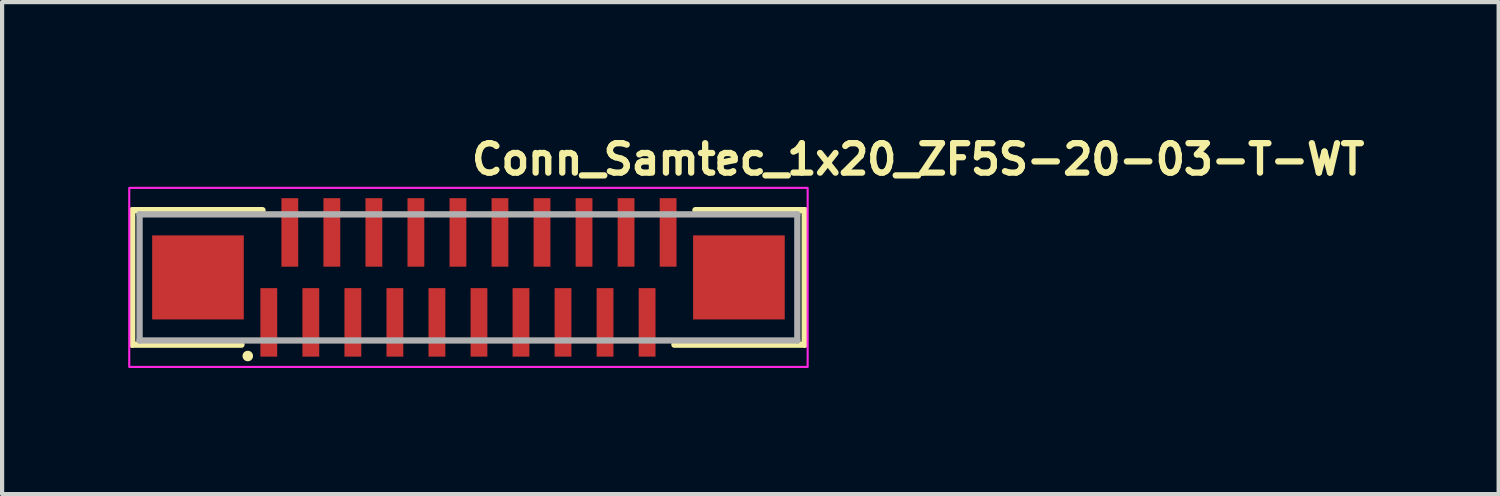
<source format=kicad_pcb>
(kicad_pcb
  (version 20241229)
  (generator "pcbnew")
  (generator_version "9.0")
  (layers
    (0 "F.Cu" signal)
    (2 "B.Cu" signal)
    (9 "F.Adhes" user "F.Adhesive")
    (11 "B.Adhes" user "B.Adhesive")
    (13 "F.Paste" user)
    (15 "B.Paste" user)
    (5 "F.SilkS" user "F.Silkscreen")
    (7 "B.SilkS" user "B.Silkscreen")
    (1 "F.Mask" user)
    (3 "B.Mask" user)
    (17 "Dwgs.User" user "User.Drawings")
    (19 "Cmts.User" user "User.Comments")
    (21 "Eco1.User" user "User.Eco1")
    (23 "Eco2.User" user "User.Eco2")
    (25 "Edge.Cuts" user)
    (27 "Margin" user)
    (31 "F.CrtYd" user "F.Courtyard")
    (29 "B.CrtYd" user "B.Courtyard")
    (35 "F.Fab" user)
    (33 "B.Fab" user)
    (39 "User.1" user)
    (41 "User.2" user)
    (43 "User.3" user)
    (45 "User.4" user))
  (footprint "Conn_Samtec_1x20_ZF5S-20-03-T-WT"
    (layer "F.Cu")
    (at 8.095 3.55)
    (property "Reference" "Conn_Samtec_1x20_ZF5S-20-03-T-WT" (at 0 -2.4 0) (layer "F.SilkS") (effects (font (size 0.7 0.7) (thickness 0.15)) (justify left bottom)))
    (attr smd)
    (fp_line (start -8 -1.6) (end -8 1.6) (stroke (width 0.15) (type solid)) (layer "F.SilkS"))
    (fp_line (start -8 1.6) (end -5.4 1.6) (stroke (width 0.15) (type solid)) (layer "F.SilkS"))
    (fp_line (start -7.975 -1.6) (end -4.9 -1.6) (stroke (width 0.15) (type solid)) (layer "F.SilkS"))
    (fp_line (start 8 -1.6) (end 5.4 -1.6) (stroke (width 0.15) (type solid)) (layer "F.SilkS"))
    (fp_line (start 8 -1.6) (end 8 1.6) (stroke (width 0.15) (type solid)) (layer "F.SilkS"))
    (fp_line (start 8 1.6) (end 4.9 1.6) (stroke (width 0.15) (type solid)) (layer "F.SilkS"))
    (fp_circle (center -5.25 1.87) (end -5.2 1.87) (stroke (width 0.15) (type solid)) (fill yes) (layer "F.SilkS"))
    (fp_rect (start -8.07 -2.13) (end 8.07 2.13) (stroke (width 0.05) (type solid)) (fill no) (layer "F.CrtYd"))
    (fp_line (start -7.825 -1.5) (end 7.825 -1.5) (stroke (width 0.15) (type solid)) (layer "F.Fab"))
    (fp_line (start -7.825 1.5) (end -7.825 -1.5) (stroke (width 0.15) (type solid)) (layer "F.Fab"))
    (fp_line (start 7.825 -1.5) (end 7.825 1.5) (stroke (width 0.15) (type solid)) (layer "F.Fab"))
    (fp_line (start 7.825 1.5) (end -7.825 1.5) (stroke (width 0.15) (type solid)) (layer "F.Fab"))
    (fp_rect (start -7.825 -1.51) (end 7.825 1.51) (stroke (width 0.1) (type solid)) (fill no) (layer "User.5"))
    (fp_line (start -7.825 -1) (end -7.825 1) (stroke (width 0.02) (type solid)) (layer "User.9"))
    (fp_line (start -7.825 -1) (end -7.679 -1) (stroke (width 0.02) (type solid)) (layer "User.9"))
    (fp_line (start -7.825 1) (end -7.679 1) (stroke (width 0.02) (type solid)) (layer "User.9"))
    (fp_line (start -7.679 -1) (end -7.679 -1) (stroke (width 0.02) (type solid)) (layer "User.9"))
    (fp_line (start -7.679 -1) (end -7.325 -1) (stroke (width 0.02) (type solid)) (layer "User.9"))
    (fp_line (start -7.679 1) (end -7.679 1) (stroke (width 0.02) (type solid)) (layer "User.9"))
    (fp_line (start -7.679 1) (end -7.325 1) (stroke (width 0.02) (type solid)) (layer "User.9"))
    (fp_line (start -7.325 -1) (end 7.325 -1) (stroke (width 0.02) (type solid)) (layer "User.9"))
    (fp_line (start -7.325 1) (end -5.6 1) (stroke (width 0.02) (type solid)) (layer "User.9"))
    (fp_line (start -7.075 -1.05) (end -7.075 -1) (stroke (width 0.02) (type solid)) (layer "User.9"))
    (fp_line (start -7.075 -1.05) (end -5.575 -1.05) (stroke (width 0.02) (type solid)) (layer "User.9"))
    (fp_line (start -7.075 1) (end -7.075 1.05) (stroke (width 0.02) (type solid)) (layer "User.9"))
    (fp_line (start -7.075 1.05) (end -5.575 1.05) (stroke (width 0.02) (type solid)) (layer "User.9"))
    (fp_line (start -5.6 -0.1) (end -5.6 1) (stroke (width 0.02) (type solid)) (layer "User.9"))
    (fp_line (start -5.6 -0.1) (end 5.6 -0.1) (stroke (width 0.02) (type solid)) (layer "User.9"))
    (fp_line (start -5.575 -1.05) (end -5.575 -1) (stroke (width 0.02) (type solid)) (layer "User.9"))
    (fp_line (start -5.575 1) (end -5.575 1.05) (stroke (width 0.02) (type solid)) (layer "User.9"))
    (fp_line (start -5.3 -0.1) (end -5.3 1) (stroke (width 0.02) (type solid)) (layer "User.9"))
    (fp_line (start -5.3 0.99) (end -5.25 0.99) (stroke (width 0.02) (type solid)) (layer "User.9"))
    (fp_line (start -5.3 1) (end -5.6 1) (stroke (width 0.02) (type solid)) (layer "User.9"))
    (fp_line (start -5.25 0.1) (end -5.25 0.6) (stroke (width 0.02) (type solid)) (layer "User.9"))
    (fp_line (start -5.25 0.6) (end -5.25 1) (stroke (width 0.02) (type solid)) (layer "User.9"))
    (fp_line (start -4.85 0.1) (end -5.25 0.1) (stroke (width 0.02) (type solid)) (layer "User.9"))
    (fp_line (start -4.85 0.1) (end -4.85 0.045) (stroke (width 0.02) (type solid)) (layer "User.9"))
    (fp_line (start -4.85 0.6) (end -5.25 0.6) (stroke (width 0.02) (type solid)) (layer "User.9"))
    (fp_line (start -4.85 0.6) (end -4.85 0.1) (stroke (width 0.02) (type solid)) (layer "User.9"))
    (fp_line (start -4.85 0.75) (end -4.85 0.6) (stroke (width 0.02) (type solid)) (layer "User.9"))
    (fp_line (start -4.85 0.75) (end -4.65 0.75) (stroke (width 0.02) (type solid)) (layer "User.9"))
    (fp_line (start -4.85 1.46) (end -4.85 1) (stroke (width 0.02) (type solid)) (layer "User.9"))
    (fp_line (start -4.85 1.51) (end -4.85 1.46) (stroke (width 0.02) (type solid)) (layer "User.9"))
    (fp_line (start -4.65 0.045) (end -4.85 0.045) (stroke (width 0.02) (type solid)) (layer "User.9"))
    (fp_line (start -4.65 0.045) (end -4.65 0.1) (stroke (width 0.02) (type solid)) (layer "User.9"))
    (fp_line (start -4.65 0.1) (end -4.65 0.6) (stroke (width 0.02) (type solid)) (layer "User.9"))
    (fp_line (start -4.65 0.345) (end -4.85 0.345) (stroke (width 0.02) (type solid)) (layer "User.9"))
    (fp_line (start -4.65 0.513) (end -4.85 0.513) (stroke (width 0.02) (type solid)) (layer "User.9"))
    (fp_line (start -4.65 0.6) (end -4.65 0.75) (stroke (width 0.02) (type solid)) (layer "User.9"))
    (fp_line (start -4.65 1) (end -4.65 1.46) (stroke (width 0.02) (type solid)) (layer "User.9"))
    (fp_line (start -4.65 1.46) (end -4.65 1.51) (stroke (width 0.02) (type solid)) (layer "User.9"))
    (fp_line (start -4.65 1.51) (end -4.85 1.51) (stroke (width 0.02) (type solid)) (layer "User.9"))
    (fp_line (start -4.35 -1.46) (end -4.35 -1.51) (stroke (width 0.02) (type solid)) (layer "User.9"))
    (fp_line (start -4.35 -1) (end -4.35 -1.46) (stroke (width 0.02) (type solid)) (layer "User.9"))
    (fp_line (start -4.35 0.1) (end -4.65 0.1) (stroke (width 0.02) (type solid)) (layer "User.9"))
    (fp_line (start -4.35 0.1) (end -4.35 0.045) (stroke (width 0.02) (type solid)) (layer "User.9"))
    (fp_line (start -4.35 0.6) (end -4.65 0.6) (stroke (width 0.02) (type solid)) (layer "User.9"))
    (fp_line (start -4.35 0.6) (end -4.35 0.1) (stroke (width 0.02) (type solid)) (layer "User.9"))
    (fp_line (start -4.35 0.75) (end -4.35 0.6) (stroke (width 0.02) (type solid)) (layer "User.9"))
    (fp_line (start -4.35 0.75) (end -4.15 0.75) (stroke (width 0.02) (type solid)) (layer "User.9"))
    (fp_line (start -4.15 -1.51) (end -4.35 -1.51) (stroke (width 0.02) (type solid)) (layer "User.9"))
    (fp_line (start -4.15 -1.51) (end -4.15 -1.46) (stroke (width 0.02) (type solid)) (layer "User.9"))
    (fp_line (start -4.15 -1.46) (end -4.15 -1) (stroke (width 0.02) (type solid)) (layer "User.9"))
    (fp_line (start -4.15 0.045) (end -4.35 0.045) (stroke (width 0.02) (type solid)) (layer "User.9"))
    (fp_line (start -4.15 0.045) (end -4.15 0.1) (stroke (width 0.02) (type solid)) (layer "User.9"))
    (fp_line (start -4.15 0.1) (end -4.15 0.6) (stroke (width 0.02) (type solid)) (layer "User.9"))
    (fp_line (start -4.15 0.345) (end -4.35 0.345) (stroke (width 0.02) (type solid)) (layer "User.9"))
    (fp_line (start -4.15 0.513) (end -4.35 0.513) (stroke (width 0.02) (type solid)) (layer "User.9"))
    (fp_line (start -4.15 0.6) (end -4.15 0.75) (stroke (width 0.02) (type solid)) (layer "User.9"))
    (fp_line (start -3.85 0.1) (end -4.15 0.1) (stroke (width 0.02) (type solid)) (layer "User.9"))
    (fp_line (start -3.85 0.1) (end -3.85 0.045) (stroke (width 0.02) (type solid)) (layer "User.9"))
    (fp_line (start -3.85 0.6) (end -4.15 0.6) (stroke (width 0.02) (type solid)) (layer "User.9"))
    (fp_line (start -3.85 0.6) (end -3.85 0.1) (stroke (width 0.02) (type solid)) (layer "User.9"))
    (fp_line (start -3.85 0.75) (end -3.85 0.6) (stroke (width 0.02) (type solid)) (layer "User.9"))
    (fp_line (start -3.85 0.75) (end -3.65 0.75) (stroke (width 0.02) (type solid)) (layer "User.9"))
    (fp_line (start -3.85 1.46) (end -3.85 1) (stroke (width 0.02) (type solid)) (layer "User.9"))
    (fp_line (start -3.85 1.51) (end -3.85 1.46) (stroke (width 0.02) (type solid)) (layer "User.9"))
    (fp_line (start -3.65 0.045) (end -3.85 0.045) (stroke (width 0.02) (type solid)) (layer "User.9"))
    (fp_line (start -3.65 0.045) (end -3.65 0.1) (stroke (width 0.02) (type solid)) (layer "User.9"))
    (fp_line (start -3.65 0.1) (end -3.65 0.6) (stroke (width 0.02) (type solid)) (layer "User.9"))
    (fp_line (start -3.65 0.345) (end -3.85 0.345) (stroke (width 0.02) (type solid)) (layer "User.9"))
    (fp_line (start -3.65 0.513) (end -3.85 0.513) (stroke (width 0.02) (type solid)) (layer "User.9"))
    (fp_line (start -3.65 0.6) (end -3.65 0.75) (stroke (width 0.02) (type solid)) (layer "User.9"))
    (fp_line (start -3.65 1) (end -3.65 1.46) (stroke (width 0.02) (type solid)) (layer "User.9"))
    (fp_line (start -3.65 1.46) (end -3.65 1.51) (stroke (width 0.02) (type solid)) (layer "User.9"))
    (fp_line (start -3.65 1.51) (end -3.85 1.51) (stroke (width 0.02) (type solid)) (layer "User.9"))
    (fp_line (start -3.35 -1.46) (end -3.35 -1.51) (stroke (width 0.02) (type solid)) (layer "User.9"))
    (fp_line (start -3.35 -1) (end -3.35 -1.46) (stroke (width 0.02) (type solid)) (layer "User.9"))
    (fp_line (start -3.35 0.1) (end -3.65 0.1) (stroke (width 0.02) (type solid)) (layer "User.9"))
    (fp_line (start -3.35 0.1) (end -3.35 0.045) (stroke (width 0.02) (type solid)) (layer "User.9"))
    (fp_line (start -3.35 0.6) (end -3.65 0.6) (stroke (width 0.02) (type solid)) (layer "User.9"))
    (fp_line (start -3.35 0.6) (end -3.35 0.1) (stroke (width 0.02) (type solid)) (layer "User.9"))
    (fp_line (start -3.35 0.75) (end -3.35 0.6) (stroke (width 0.02) (type solid)) (layer "User.9"))
    (fp_line (start -3.35 0.75) (end -3.15 0.75) (stroke (width 0.02) (type solid)) (layer "User.9"))
    (fp_line (start -3.15 -1.51) (end -3.35 -1.51) (stroke (width 0.02) (type solid)) (layer "User.9"))
    (fp_line (start -3.15 -1.51) (end -3.15 -1.46) (stroke (width 0.02) (type solid)) (layer "User.9"))
    (fp_line (start -3.15 -1.46) (end -3.15 -1) (stroke (width 0.02) (type solid)) (layer "User.9"))
    (fp_line (start -3.15 0.045) (end -3.35 0.045) (stroke (width 0.02) (type solid)) (layer "User.9"))
    (fp_line (start -3.15 0.045) (end -3.15 0.1) (stroke (width 0.02) (type solid)) (layer "User.9"))
    (fp_line (start -3.15 0.1) (end -3.15 0.6) (stroke (width 0.02) (type solid)) (layer "User.9"))
    (fp_line (start -3.15 0.345) (end -3.35 0.345) (stroke (width 0.02) (type solid)) (layer "User.9"))
    (fp_line (start -3.15 0.513) (end -3.35 0.513) (stroke (width 0.02) (type solid)) (layer "User.9"))
    (fp_line (start -3.15 0.6) (end -3.15 0.75) (stroke (width 0.02) (type solid)) (layer "User.9"))
    (fp_line (start -2.85 0.1) (end -3.15 0.1) (stroke (width 0.02) (type solid)) (layer "User.9"))
    (fp_line (start -2.85 0.1) (end -2.85 0.045) (stroke (width 0.02) (type solid)) (layer "User.9"))
    (fp_line (start -2.85 0.6) (end -3.15 0.6) (stroke (width 0.02) (type solid)) (layer "User.9"))
    (fp_line (start -2.85 0.6) (end -2.85 0.1) (stroke (width 0.02) (type solid)) (layer "User.9"))
    (fp_line (start -2.85 0.75) (end -2.85 0.6) (stroke (width 0.02) (type solid)) (layer "User.9"))
    (fp_line (start -2.85 0.75) (end -2.65 0.75) (stroke (width 0.02) (type solid)) (layer "User.9"))
    (fp_line (start -2.85 1.46) (end -2.85 1) (stroke (width 0.02) (type solid)) (layer "User.9"))
    (fp_line (start -2.85 1.51) (end -2.85 1.46) (stroke (width 0.02) (type solid)) (layer "User.9"))
    (fp_line (start -2.65 0.045) (end -2.85 0.045) (stroke (width 0.02) (type solid)) (layer "User.9"))
    (fp_line (start -2.65 0.045) (end -2.65 0.1) (stroke (width 0.02) (type solid)) (layer "User.9"))
    (fp_line (start -2.65 0.1) (end -2.65 0.6) (stroke (width 0.02) (type solid)) (layer "User.9"))
    (fp_line (start -2.65 0.345) (end -2.85 0.345) (stroke (width 0.02) (type solid)) (layer "User.9"))
    (fp_line (start -2.65 0.513) (end -2.85 0.513) (stroke (width 0.02) (type solid)) (layer "User.9"))
    (fp_line (start -2.65 0.6) (end -2.65 0.75) (stroke (width 0.02) (type solid)) (layer "User.9"))
    (fp_line (start -2.65 1) (end -2.65 1.46) (stroke (width 0.02) (type solid)) (layer "User.9"))
    (fp_line (start -2.65 1.46) (end -2.65 1.51) (stroke (width 0.02) (type solid)) (layer "User.9"))
    (fp_line (start -2.65 1.51) (end -2.85 1.51) (stroke (width 0.02) (type solid)) (layer "User.9"))
    (fp_line (start -2.35 -1.46) (end -2.35 -1.51) (stroke (width 0.02) (type solid)) (layer "User.9"))
    (fp_line (start -2.35 -1) (end -2.35 -1.46) (stroke (width 0.02) (type solid)) (layer "User.9"))
    (fp_line (start -2.35 0.1) (end -2.65 0.1) (stroke (width 0.02) (type solid)) (layer "User.9"))
    (fp_line (start -2.35 0.1) (end -2.35 0.045) (stroke (width 0.02) (type solid)) (layer "User.9"))
    (fp_line (start -2.35 0.6) (end -2.65 0.6) (stroke (width 0.02) (type solid)) (layer "User.9"))
    (fp_line (start -2.35 0.6) (end -2.35 0.1) (stroke (width 0.02) (type solid)) (layer "User.9"))
    (fp_line (start -2.35 0.75) (end -2.35 0.6) (stroke (width 0.02) (type solid)) (layer "User.9"))
    (fp_line (start -2.35 0.75) (end -2.15 0.75) (stroke (width 0.02) (type solid)) (layer "User.9"))
    (fp_line (start -2.15 -1.51) (end -2.35 -1.51) (stroke (width 0.02) (type solid)) (layer "User.9"))
    (fp_line (start -2.15 -1.51) (end -2.15 -1.46) (stroke (width 0.02) (type solid)) (layer "User.9"))
    (fp_line (start -2.15 -1.46) (end -2.15 -1) (stroke (width 0.02) (type solid)) (layer "User.9"))
    (fp_line (start -2.15 0.045) (end -2.35 0.045) (stroke (width 0.02) (type solid)) (layer "User.9"))
    (fp_line (start -2.15 0.045) (end -2.15 0.1) (stroke (width 0.02) (type solid)) (layer "User.9"))
    (fp_line (start -2.15 0.1) (end -2.15 0.6) (stroke (width 0.02) (type solid)) (layer "User.9"))
    (fp_line (start -2.15 0.345) (end -2.35 0.345) (stroke (width 0.02) (type solid)) (layer "User.9"))
    (fp_line (start -2.15 0.513) (end -2.35 0.513) (stroke (width 0.02) (type solid)) (layer "User.9"))
    (fp_line (start -2.15 0.6) (end -2.15 0.75) (stroke (width 0.02) (type solid)) (layer "User.9"))
    (fp_line (start -1.85 0.1) (end -2.15 0.1) (stroke (width 0.02) (type solid)) (layer "User.9"))
    (fp_line (start -1.85 0.1) (end -1.85 0.045) (stroke (width 0.02) (type solid)) (layer "User.9"))
    (fp_line (start -1.85 0.6) (end -2.15 0.6) (stroke (width 0.02) (type solid)) (layer "User.9"))
    (fp_line (start -1.85 0.6) (end -1.85 0.1) (stroke (width 0.02) (type solid)) (layer "User.9"))
    (fp_line (start -1.85 0.75) (end -1.85 0.6) (stroke (width 0.02) (type solid)) (layer "User.9"))
    (fp_line (start -1.85 0.75) (end -1.65 0.75) (stroke (width 0.02) (type solid)) (layer "User.9"))
    (fp_line (start -1.85 1.46) (end -1.85 1) (stroke (width 0.02) (type solid)) (layer "User.9"))
    (fp_line (start -1.85 1.51) (end -1.85 1.46) (stroke (width 0.02) (type solid)) (layer "User.9"))
    (fp_line (start -1.65 0.045) (end -1.85 0.045) (stroke (width 0.02) (type solid)) (layer "User.9"))
    (fp_line (start -1.65 0.045) (end -1.65 0.1) (stroke (width 0.02) (type solid)) (layer "User.9"))
    (fp_line (start -1.65 0.1) (end -1.65 0.6) (stroke (width 0.02) (type solid)) (layer "User.9"))
    (fp_line (start -1.65 0.345) (end -1.85 0.345) (stroke (width 0.02) (type solid)) (layer "User.9"))
    (fp_line (start -1.65 0.513) (end -1.85 0.513) (stroke (width 0.02) (type solid)) (layer "User.9"))
    (fp_line (start -1.65 0.6) (end -1.65 0.75) (stroke (width 0.02) (type solid)) (layer "User.9"))
    (fp_line (start -1.65 1) (end -1.65 1.46) (stroke (width 0.02) (type solid)) (layer "User.9"))
    (fp_line (start -1.65 1.46) (end -1.65 1.51) (stroke (width 0.02) (type solid)) (layer "User.9"))
    (fp_line (start -1.65 1.51) (end -1.85 1.51) (stroke (width 0.02) (type solid)) (layer "User.9"))
    (fp_line (start -1.35 -1.46) (end -1.35 -1.51) (stroke (width 0.02) (type solid)) (layer "User.9"))
    (fp_line (start -1.35 -1) (end -1.35 -1.46) (stroke (width 0.02) (type solid)) (layer "User.9"))
    (fp_line (start -1.35 0.1) (end -1.65 0.1) (stroke (width 0.02) (type solid)) (layer "User.9"))
    (fp_line (start -1.35 0.1) (end -1.35 0.045) (stroke (width 0.02) (type solid)) (layer "User.9"))
    (fp_line (start -1.35 0.6) (end -1.65 0.6) (stroke (width 0.02) (type solid)) (layer "User.9"))
    (fp_line (start -1.35 0.6) (end -1.35 0.1) (stroke (width 0.02) (type solid)) (layer "User.9"))
    (fp_line (start -1.35 0.75) (end -1.35 0.6) (stroke (width 0.02) (type solid)) (layer "User.9"))
    (fp_line (start -1.35 0.75) (end -1.15 0.75) (stroke (width 0.02) (type solid)) (layer "User.9"))
    (fp_line (start -1.15 -1.51) (end -1.35 -1.51) (stroke (width 0.02) (type solid)) (layer "User.9"))
    (fp_line (start -1.15 -1.51) (end -1.15 -1.46) (stroke (width 0.02) (type solid)) (layer "User.9"))
    (fp_line (start -1.15 -1.46) (end -1.15 -1) (stroke (width 0.02) (type solid)) (layer "User.9"))
    (fp_line (start -1.15 0.045) (end -1.35 0.045) (stroke (width 0.02) (type solid)) (layer "User.9"))
    (fp_line (start -1.15 0.045) (end -1.15 0.1) (stroke (width 0.02) (type solid)) (layer "User.9"))
    (fp_line (start -1.15 0.1) (end -1.15 0.6) (stroke (width 0.02) (type solid)) (layer "User.9"))
    (fp_line (start -1.15 0.345) (end -1.35 0.345) (stroke (width 0.02) (type solid)) (layer "User.9"))
    (fp_line (start -1.15 0.513) (end -1.35 0.513) (stroke (width 0.02) (type solid)) (layer "User.9"))
    (fp_line (start -1.15 0.6) (end -1.15 0.75) (stroke (width 0.02) (type solid)) (layer "User.9"))
    (fp_line (start -0.85 0.1) (end -1.15 0.1) (stroke (width 0.02) (type solid)) (layer "User.9"))
    (fp_line (start -0.85 0.1) (end -0.85 0.045) (stroke (width 0.02) (type solid)) (layer "User.9"))
    (fp_line (start -0.85 0.6) (end -1.15 0.6) (stroke (width 0.02) (type solid)) (layer "User.9"))
    (fp_line (start -0.85 0.6) (end -0.85 0.1) (stroke (width 0.02) (type solid)) (layer "User.9"))
    (fp_line (start -0.85 0.75) (end -0.85 0.6) (stroke (width 0.02) (type solid)) (layer "User.9"))
    (fp_line (start -0.85 0.75) (end -0.65 0.75) (stroke (width 0.02) (type solid)) (layer "User.9"))
    (fp_line (start -0.85 1.46) (end -0.85 1) (stroke (width 0.02) (type solid)) (layer "User.9"))
    (fp_line (start -0.85 1.51) (end -0.85 1.46) (stroke (width 0.02) (type solid)) (layer "User.9"))
    (fp_line (start -0.65 0.045) (end -0.85 0.045) (stroke (width 0.02) (type solid)) (layer "User.9"))
    (fp_line (start -0.65 0.045) (end -0.65 0.1) (stroke (width 0.02) (type solid)) (layer "User.9"))
    (fp_line (start -0.65 0.1) (end -0.65 0.6) (stroke (width 0.02) (type solid)) (layer "User.9"))
    (fp_line (start -0.65 0.345) (end -0.85 0.345) (stroke (width 0.02) (type solid)) (layer "User.9"))
    (fp_line (start -0.65 0.513) (end -0.85 0.513) (stroke (width 0.02) (type solid)) (layer "User.9"))
    (fp_line (start -0.65 0.6) (end -0.65 0.75) (stroke (width 0.02) (type solid)) (layer "User.9"))
    (fp_line (start -0.65 1) (end -0.65 1.46) (stroke (width 0.02) (type solid)) (layer "User.9"))
    (fp_line (start -0.65 1.46) (end -0.65 1.51) (stroke (width 0.02) (type solid)) (layer "User.9"))
    (fp_line (start -0.65 1.51) (end -0.85 1.51) (stroke (width 0.02) (type solid)) (layer "User.9"))
    (fp_line (start -0.35 -1.46) (end -0.35 -1.51) (stroke (width 0.02) (type solid)) (layer "User.9"))
    (fp_line (start -0.35 -1) (end -0.35 -1.46) (stroke (width 0.02) (type solid)) (layer "User.9"))
    (fp_line (start -0.35 0.1) (end -0.65 0.1) (stroke (width 0.02) (type solid)) (layer "User.9"))
    (fp_line (start -0.35 0.1) (end -0.35 0.045) (stroke (width 0.02) (type solid)) (layer "User.9"))
    (fp_line (start -0.35 0.6) (end -0.65 0.6) (stroke (width 0.02) (type solid)) (layer "User.9"))
    (fp_line (start -0.35 0.6) (end -0.35 0.1) (stroke (width 0.02) (type solid)) (layer "User.9"))
    (fp_line (start -0.35 0.75) (end -0.35 0.6) (stroke (width 0.02) (type solid)) (layer "User.9"))
    (fp_line (start -0.35 0.75) (end -0.15 0.75) (stroke (width 0.02) (type solid)) (layer "User.9"))
    (fp_line (start -0.15 -1.51) (end -0.35 -1.51) (stroke (width 0.02) (type solid)) (layer "User.9"))
    (fp_line (start -0.15 -1.51) (end -0.15 -1.46) (stroke (width 0.02) (type solid)) (layer "User.9"))
    (fp_line (start -0.15 -1.46) (end -0.15 -1) (stroke (width 0.02) (type solid)) (layer "User.9"))
    (fp_line (start -0.15 0.045) (end -0.35 0.045) (stroke (width 0.02) (type solid)) (layer "User.9"))
    (fp_line (start -0.15 0.045) (end -0.15 0.1) (stroke (width 0.02) (type solid)) (layer "User.9"))
    (fp_line (start -0.15 0.1) (end -0.15 0.6) (stroke (width 0.02) (type solid)) (layer "User.9"))
    (fp_line (start -0.15 0.345) (end -0.35 0.345) (stroke (width 0.02) (type solid)) (layer "User.9"))
    (fp_line (start -0.15 0.513) (end -0.35 0.513) (stroke (width 0.02) (type solid)) (layer "User.9"))
    (fp_line (start -0.15 0.6) (end -0.15 0.75) (stroke (width 0.02) (type solid)) (layer "User.9"))
    (fp_line (start 0.15 0.1) (end -0.15 0.1) (stroke (width 0.02) (type solid)) (layer "User.9"))
    (fp_line (start 0.15 0.1) (end 0.15 0.045) (stroke (width 0.02) (type solid)) (layer "User.9"))
    (fp_line (start 0.15 0.6) (end -0.15 0.6) (stroke (width 0.02) (type solid)) (layer "User.9"))
    (fp_line (start 0.15 0.6) (end 0.15 0.1) (stroke (width 0.02) (type solid)) (layer "User.9"))
    (fp_line (start 0.15 0.75) (end 0.15 0.6) (stroke (width 0.02) (type solid)) (layer "User.9"))
    (fp_line (start 0.15 0.75) (end 0.35 0.75) (stroke (width 0.02) (type solid)) (layer "User.9"))
    (fp_line (start 0.15 1.46) (end 0.15 1) (stroke (width 0.02) (type solid)) (layer "User.9"))
    (fp_line (start 0.15 1.51) (end 0.15 1.46) (stroke (width 0.02) (type solid)) (layer "User.9"))
    (fp_line (start 0.35 0.045) (end 0.15 0.045) (stroke (width 0.02) (type solid)) (layer "User.9"))
    (fp_line (start 0.35 0.045) (end 0.35 0.1) (stroke (width 0.02) (type solid)) (layer "User.9"))
    (fp_line (start 0.35 0.1) (end 0.35 0.6) (stroke (width 0.02) (type solid)) (layer "User.9"))
    (fp_line (start 0.35 0.345) (end 0.15 0.345) (stroke (width 0.02) (type solid)) (layer "User.9"))
    (fp_line (start 0.35 0.513) (end 0.15 0.513) (stroke (width 0.02) (type solid)) (layer "User.9"))
    (fp_line (start 0.35 0.6) (end 0.35 0.75) (stroke (width 0.02) (type solid)) (layer "User.9"))
    (fp_line (start 0.35 1) (end 0.35 1.46) (stroke (width 0.02) (type solid)) (layer "User.9"))
    (fp_line (start 0.35 1.46) (end 0.35 1.51) (stroke (width 0.02) (type solid)) (layer "User.9"))
    (fp_line (start 0.35 1.51) (end 0.15 1.51) (stroke (width 0.02) (type solid)) (layer "User.9"))
    (fp_line (start 0.65 -1.46) (end 0.65 -1.51) (stroke (width 0.02) (type solid)) (layer "User.9"))
    (fp_line (start 0.65 -1) (end 0.65 -1.46) (stroke (width 0.02) (type solid)) (layer "User.9"))
    (fp_line (start 0.65 0.1) (end 0.35 0.1) (stroke (width 0.02) (type solid)) (layer "User.9"))
    (fp_line (start 0.65 0.1) (end 0.65 0.045) (stroke (width 0.02) (type solid)) (layer "User.9"))
    (fp_line (start 0.65 0.6) (end 0.35 0.6) (stroke (width 0.02) (type solid)) (layer "User.9"))
    (fp_line (start 0.65 0.6) (end 0.65 0.1) (stroke (width 0.02) (type solid)) (layer "User.9"))
    (fp_line (start 0.65 0.75) (end 0.65 0.6) (stroke (width 0.02) (type solid)) (layer "User.9"))
    (fp_line (start 0.65 0.75) (end 0.85 0.75) (stroke (width 0.02) (type solid)) (layer "User.9"))
    (fp_line (start 0.85 -1.51) (end 0.65 -1.51) (stroke (width 0.02) (type solid)) (layer "User.9"))
    (fp_line (start 0.85 -1.51) (end 0.85 -1.46) (stroke (width 0.02) (type solid)) (layer "User.9"))
    (fp_line (start 0.85 -1.46) (end 0.85 -1) (stroke (width 0.02) (type solid)) (layer "User.9"))
    (fp_line (start 0.85 0.045) (end 0.65 0.045) (stroke (width 0.02) (type solid)) (layer "User.9"))
    (fp_line (start 0.85 0.045) (end 0.85 0.1) (stroke (width 0.02) (type solid)) (layer "User.9"))
    (fp_line (start 0.85 0.1) (end 0.85 0.6) (stroke (width 0.02) (type solid)) (layer "User.9"))
    (fp_line (start 0.85 0.345) (end 0.65 0.345) (stroke (width 0.02) (type solid)) (layer "User.9"))
    (fp_line (start 0.85 0.513) (end 0.65 0.513) (stroke (width 0.02) (type solid)) (layer "User.9"))
    (fp_line (start 0.85 0.6) (end 0.85 0.75) (stroke (width 0.02) (type solid)) (layer "User.9"))
    (fp_line (start 1.15 0.1) (end 0.85 0.1) (stroke (width 0.02) (type solid)) (layer "User.9"))
    (fp_line (start 1.15 0.1) (end 1.15 0.045) (stroke (width 0.02) (type solid)) (layer "User.9"))
    (fp_line (start 1.15 0.6) (end 0.85 0.6) (stroke (width 0.02) (type solid)) (layer "User.9"))
    (fp_line (start 1.15 0.6) (end 1.15 0.1) (stroke (width 0.02) (type solid)) (layer "User.9"))
    (fp_line (start 1.15 0.75) (end 1.15 0.6) (stroke (width 0.02) (type solid)) (layer "User.9"))
    (fp_line (start 1.15 0.75) (end 1.35 0.75) (stroke (width 0.02) (type solid)) (layer "User.9"))
    (fp_line (start 1.15 1.46) (end 1.15 1) (stroke (width 0.02) (type solid)) (layer "User.9"))
    (fp_line (start 1.15 1.51) (end 1.15 1.46) (stroke (width 0.02) (type solid)) (layer "User.9"))
    (fp_line (start 1.35 0.045) (end 1.15 0.045) (stroke (width 0.02) (type solid)) (layer "User.9"))
    (fp_line (start 1.35 0.045) (end 1.35 0.1) (stroke (width 0.02) (type solid)) (layer "User.9"))
    (fp_line (start 1.35 0.1) (end 1.35 0.6) (stroke (width 0.02) (type solid)) (layer "User.9"))
    (fp_line (start 1.35 0.345) (end 1.15 0.345) (stroke (width 0.02) (type solid)) (layer "User.9"))
    (fp_line (start 1.35 0.513) (end 1.15 0.513) (stroke (width 0.02) (type solid)) (layer "User.9"))
    (fp_line (start 1.35 0.6) (end 1.35 0.75) (stroke (width 0.02) (type solid)) (layer "User.9"))
    (fp_line (start 1.35 1) (end 1.35 1.46) (stroke (width 0.02) (type solid)) (layer "User.9"))
    (fp_line (start 1.35 1.46) (end 1.35 1.51) (stroke (width 0.02) (type solid)) (layer "User.9"))
    (fp_line (start 1.35 1.51) (end 1.15 1.51) (stroke (width 0.02) (type solid)) (layer "User.9"))
    (fp_line (start 1.65 -1.46) (end 1.65 -1.51) (stroke (width 0.02) (type solid)) (layer "User.9"))
    (fp_line (start 1.65 -1) (end 1.65 -1.46) (stroke (width 0.02) (type solid)) (layer "User.9"))
    (fp_line (start 1.65 0.1) (end 1.35 0.1) (stroke (width 0.02) (type solid)) (layer "User.9"))
    (fp_line (start 1.65 0.1) (end 1.65 0.045) (stroke (width 0.02) (type solid)) (layer "User.9"))
    (fp_line (start 1.65 0.6) (end 1.35 0.6) (stroke (width 0.02) (type solid)) (layer "User.9"))
    (fp_line (start 1.65 0.6) (end 1.65 0.1) (stroke (width 0.02) (type solid)) (layer "User.9"))
    (fp_line (start 1.65 0.75) (end 1.65 0.6) (stroke (width 0.02) (type solid)) (layer "User.9"))
    (fp_line (start 1.65 0.75) (end 1.85 0.75) (stroke (width 0.02) (type solid)) (layer "User.9"))
    (fp_line (start 1.85 -1.51) (end 1.65 -1.51) (stroke (width 0.02) (type solid)) (layer "User.9"))
    (fp_line (start 1.85 -1.51) (end 1.85 -1.46) (stroke (width 0.02) (type solid)) (layer "User.9"))
    (fp_line (start 1.85 -1.46) (end 1.85 -1) (stroke (width 0.02) (type solid)) (layer "User.9"))
    (fp_line (start 1.85 0.045) (end 1.65 0.045) (stroke (width 0.02) (type solid)) (layer "User.9"))
    (fp_line (start 1.85 0.045) (end 1.85 0.1) (stroke (width 0.02) (type solid)) (layer "User.9"))
    (fp_line (start 1.85 0.1) (end 1.85 0.6) (stroke (width 0.02) (type solid)) (layer "User.9"))
    (fp_line (start 1.85 0.345) (end 1.65 0.345) (stroke (width 0.02) (type solid)) (layer "User.9"))
    (fp_line (start 1.85 0.513) (end 1.65 0.513) (stroke (width 0.02) (type solid)) (layer "User.9"))
    (fp_line (start 1.85 0.6) (end 1.85 0.75) (stroke (width 0.02) (type solid)) (layer "User.9"))
    (fp_line (start 2.15 0.1) (end 1.85 0.1) (stroke (width 0.02) (type solid)) (layer "User.9"))
    (fp_line (start 2.15 0.1) (end 2.15 0.045) (stroke (width 0.02) (type solid)) (layer "User.9"))
    (fp_line (start 2.15 0.6) (end 1.85 0.6) (stroke (width 0.02) (type solid)) (layer "User.9"))
    (fp_line (start 2.15 0.6) (end 2.15 0.1) (stroke (width 0.02) (type solid)) (layer "User.9"))
    (fp_line (start 2.15 0.75) (end 2.15 0.6) (stroke (width 0.02) (type solid)) (layer "User.9"))
    (fp_line (start 2.15 0.75) (end 2.35 0.75) (stroke (width 0.02) (type solid)) (layer "User.9"))
    (fp_line (start 2.15 1.46) (end 2.15 1) (stroke (width 0.02) (type solid)) (layer "User.9"))
    (fp_line (start 2.15 1.51) (end 2.15 1.46) (stroke (width 0.02) (type solid)) (layer "User.9"))
    (fp_line (start 2.35 0.045) (end 2.15 0.045) (stroke (width 0.02) (type solid)) (layer "User.9"))
    (fp_line (start 2.35 0.045) (end 2.35 0.1) (stroke (width 0.02) (type solid)) (layer "User.9"))
    (fp_line (start 2.35 0.1) (end 2.35 0.6) (stroke (width 0.02) (type solid)) (layer "User.9"))
    (fp_line (start 2.35 0.345) (end 2.15 0.345) (stroke (width 0.02) (type solid)) (layer "User.9"))
    (fp_line (start 2.35 0.513) (end 2.15 0.513) (stroke (width 0.02) (type solid)) (layer "User.9"))
    (fp_line (start 2.35 0.6) (end 2.35 0.75) (stroke (width 0.02) (type solid)) (layer "User.9"))
    (fp_line (start 2.35 1) (end 2.35 1.46) (stroke (width 0.02) (type solid)) (layer "User.9"))
    (fp_line (start 2.35 1.46) (end 2.35 1.51) (stroke (width 0.02) (type solid)) (layer "User.9"))
    (fp_line (start 2.35 1.51) (end 2.15 1.51) (stroke (width 0.02) (type solid)) (layer "User.9"))
    (fp_line (start 2.65 -1.46) (end 2.65 -1.51) (stroke (width 0.02) (type solid)) (layer "User.9"))
    (fp_line (start 2.65 -1) (end 2.65 -1.46) (stroke (width 0.02) (type solid)) (layer "User.9"))
    (fp_line (start 2.65 0.1) (end 2.35 0.1) (stroke (width 0.02) (type solid)) (layer "User.9"))
    (fp_line (start 2.65 0.1) (end 2.65 0.045) (stroke (width 0.02) (type solid)) (layer "User.9"))
    (fp_line (start 2.65 0.6) (end 2.35 0.6) (stroke (width 0.02) (type solid)) (layer "User.9"))
    (fp_line (start 2.65 0.6) (end 2.65 0.1) (stroke (width 0.02) (type solid)) (layer "User.9"))
    (fp_line (start 2.65 0.75) (end 2.65 0.6) (stroke (width 0.02) (type solid)) (layer "User.9"))
    (fp_line (start 2.65 0.75) (end 2.85 0.75) (stroke (width 0.02) (type solid)) (layer "User.9"))
    (fp_line (start 2.85 -1.51) (end 2.65 -1.51) (stroke (width 0.02) (type solid)) (layer "User.9"))
    (fp_line (start 2.85 -1.51) (end 2.85 -1.46) (stroke (width 0.02) (type solid)) (layer "User.9"))
    (fp_line (start 2.85 -1.46) (end 2.85 -1) (stroke (width 0.02) (type solid)) (layer "User.9"))
    (fp_line (start 2.85 0.045) (end 2.65 0.045) (stroke (width 0.02) (type solid)) (layer "User.9"))
    (fp_line (start 2.85 0.045) (end 2.85 0.1) (stroke (width 0.02) (type solid)) (layer "User.9"))
    (fp_line (start 2.85 0.1) (end 2.85 0.6) (stroke (width 0.02) (type solid)) (layer "User.9"))
    (fp_line (start 2.85 0.345) (end 2.65 0.345) (stroke (width 0.02) (type solid)) (layer "User.9"))
    (fp_line (start 2.85 0.513) (end 2.65 0.513) (stroke (width 0.02) (type solid)) (layer "User.9"))
    (fp_line (start 2.85 0.6) (end 2.85 0.75) (stroke (width 0.02) (type solid)) (layer "User.9"))
    (fp_line (start 3.15 0.1) (end 2.85 0.1) (stroke (width 0.02) (type solid)) (layer "User.9"))
    (fp_line (start 3.15 0.1) (end 3.15 0.045) (stroke (width 0.02) (type solid)) (layer "User.9"))
    (fp_line (start 3.15 0.6) (end 2.85 0.6) (stroke (width 0.02) (type solid)) (layer "User.9"))
    (fp_line (start 3.15 0.6) (end 3.15 0.1) (stroke (width 0.02) (type solid)) (layer "User.9"))
    (fp_line (start 3.15 0.75) (end 3.15 0.6) (stroke (width 0.02) (type solid)) (layer "User.9"))
    (fp_line (start 3.15 0.75) (end 3.35 0.75) (stroke (width 0.02) (type solid)) (layer "User.9"))
    (fp_line (start 3.15 1.46) (end 3.15 1) (stroke (width 0.02) (type solid)) (layer "User.9"))
    (fp_line (start 3.15 1.51) (end 3.15 1.46) (stroke (width 0.02) (type solid)) (layer "User.9"))
    (fp_line (start 3.35 0.045) (end 3.15 0.045) (stroke (width 0.02) (type solid)) (layer "User.9"))
    (fp_line (start 3.35 0.045) (end 3.35 0.1) (stroke (width 0.02) (type solid)) (layer "User.9"))
    (fp_line (start 3.35 0.1) (end 3.35 0.6) (stroke (width 0.02) (type solid)) (layer "User.9"))
    (fp_line (start 3.35 0.345) (end 3.15 0.345) (stroke (width 0.02) (type solid)) (layer "User.9"))
    (fp_line (start 3.35 0.513) (end 3.15 0.513) (stroke (width 0.02) (type solid)) (layer "User.9"))
    (fp_line (start 3.35 0.6) (end 3.35 0.75) (stroke (width 0.02) (type solid)) (layer "User.9"))
    (fp_line (start 3.35 1) (end 3.35 1.46) (stroke (width 0.02) (type solid)) (layer "User.9"))
    (fp_line (start 3.35 1.46) (end 3.35 1.51) (stroke (width 0.02) (type solid)) (layer "User.9"))
    (fp_line (start 3.35 1.51) (end 3.15 1.51) (stroke (width 0.02) (type solid)) (layer "User.9"))
    (fp_line (start 3.65 -1.46) (end 3.65 -1.51) (stroke (width 0.02) (type solid)) (layer "User.9"))
    (fp_line (start 3.65 -1) (end 3.65 -1.46) (stroke (width 0.02) (type solid)) (layer "User.9"))
    (fp_line (start 3.65 0.1) (end 3.35 0.1) (stroke (width 0.02) (type solid)) (layer "User.9"))
    (fp_line (start 3.65 0.1) (end 3.65 0.045) (stroke (width 0.02) (type solid)) (layer "User.9"))
    (fp_line (start 3.65 0.6) (end 3.35 0.6) (stroke (width 0.02) (type solid)) (layer "User.9"))
    (fp_line (start 3.65 0.6) (end 3.65 0.1) (stroke (width 0.02) (type solid)) (layer "User.9"))
    (fp_line (start 3.65 0.75) (end 3.65 0.6) (stroke (width 0.02) (type solid)) (layer "User.9"))
    (fp_line (start 3.65 0.75) (end 3.85 0.75) (stroke (width 0.02) (type solid)) (layer "User.9"))
    (fp_line (start 3.85 -1.51) (end 3.65 -1.51) (stroke (width 0.02) (type solid)) (layer "User.9"))
    (fp_line (start 3.85 -1.51) (end 3.85 -1.46) (stroke (width 0.02) (type solid)) (layer "User.9"))
    (fp_line (start 3.85 -1.46) (end 3.85 -1) (stroke (width 0.02) (type solid)) (layer "User.9"))
    (fp_line (start 3.85 0.045) (end 3.65 0.045) (stroke (width 0.02) (type solid)) (layer "User.9"))
    (fp_line (start 3.85 0.045) (end 3.85 0.1) (stroke (width 0.02) (type solid)) (layer "User.9"))
    (fp_line (start 3.85 0.1) (end 3.85 0.6) (stroke (width 0.02) (type solid)) (layer "User.9"))
    (fp_line (start 3.85 0.345) (end 3.65 0.345) (stroke (width 0.02) (type solid)) (layer "User.9"))
    (fp_line (start 3.85 0.513) (end 3.65 0.513) (stroke (width 0.02) (type solid)) (layer "User.9"))
    (fp_line (start 3.85 0.6) (end 3.85 0.75) (stroke (width 0.02) (type solid)) (layer "User.9"))
    (fp_line (start 4.15 0.1) (end 3.85 0.1) (stroke (width 0.02) (type solid)) (layer "User.9"))
    (fp_line (start 4.15 0.1) (end 4.15 0.045) (stroke (width 0.02) (type solid)) (layer "User.9"))
    (fp_line (start 4.15 0.6) (end 3.85 0.6) (stroke (width 0.02) (type solid)) (layer "User.9"))
    (fp_line (start 4.15 0.6) (end 4.15 0.1) (stroke (width 0.02) (type solid)) (layer "User.9"))
    (fp_line (start 4.15 0.75) (end 4.15 0.6) (stroke (width 0.02) (type solid)) (layer "User.9"))
    (fp_line (start 4.15 0.75) (end 4.35 0.75) (stroke (width 0.02) (type solid)) (layer "User.9"))
    (fp_line (start 4.15 1.46) (end 4.15 1) (stroke (width 0.02) (type solid)) (layer "User.9"))
    (fp_line (start 4.15 1.51) (end 4.15 1.46) (stroke (width 0.02) (type solid)) (layer "User.9"))
    (fp_line (start 4.35 0.045) (end 4.15 0.045) (stroke (width 0.02) (type solid)) (layer "User.9"))
    (fp_line (start 4.35 0.045) (end 4.35 0.1) (stroke (width 0.02) (type solid)) (layer "User.9"))
    (fp_line (start 4.35 0.1) (end 4.35 0.6) (stroke (width 0.02) (type solid)) (layer "User.9"))
    (fp_line (start 4.35 0.345) (end 4.15 0.345) (stroke (width 0.02) (type solid)) (layer "User.9"))
    (fp_line (start 4.35 0.513) (end 4.15 0.513) (stroke (width 0.02) (type solid)) (layer "User.9"))
    (fp_line (start 4.35 0.6) (end 4.35 0.75) (stroke (width 0.02) (type solid)) (layer "User.9"))
    (fp_line (start 4.35 1) (end 4.35 1.46) (stroke (width 0.02) (type solid)) (layer "User.9"))
    (fp_line (start 4.35 1.46) (end 4.35 1.51) (stroke (width 0.02) (type solid)) (layer "User.9"))
    (fp_line (start 4.35 1.51) (end 4.15 1.51) (stroke (width 0.02) (type solid)) (layer "User.9"))
    (fp_line (start 4.65 -1.46) (end 4.65 -1.51) (stroke (width 0.02) (type solid)) (layer "User.9"))
    (fp_line (start 4.65 -1) (end 4.65 -1.46) (stroke (width 0.02) (type solid)) (layer "User.9"))
    (fp_line (start 4.65 0.1) (end 4.35 0.1) (stroke (width 0.02) (type solid)) (layer "User.9"))
    (fp_line (start 4.65 0.1) (end 4.65 0.045) (stroke (width 0.02) (type solid)) (layer "User.9"))
    (fp_line (start 4.65 0.6) (end 4.35 0.6) (stroke (width 0.02) (type solid)) (layer "User.9"))
    (fp_line (start 4.65 0.6) (end 4.65 0.1) (stroke (width 0.02) (type solid)) (layer "User.9"))
    (fp_line (start 4.65 0.75) (end 4.65 0.6) (stroke (width 0.02) (type solid)) (layer "User.9"))
    (fp_line (start 4.65 0.75) (end 4.85 0.75) (stroke (width 0.02) (type solid)) (layer "User.9"))
    (fp_line (start 4.85 -1.51) (end 4.65 -1.51) (stroke (width 0.02) (type solid)) (layer "User.9"))
    (fp_line (start 4.85 -1.51) (end 4.85 -1.46) (stroke (width 0.02) (type solid)) (layer "User.9"))
    (fp_line (start 4.85 -1.46) (end 4.85 -1) (stroke (width 0.02) (type solid)) (layer "User.9"))
    (fp_line (start 4.85 0.045) (end 4.65 0.045) (stroke (width 0.02) (type solid)) (layer "User.9"))
    (fp_line (start 4.85 0.045) (end 4.85 0.1) (stroke (width 0.02) (type solid)) (layer "User.9"))
    (fp_line (start 4.85 0.1) (end 4.85 0.6) (stroke (width 0.02) (type solid)) (layer "User.9"))
    (fp_line (start 4.85 0.345) (end 4.65 0.345) (stroke (width 0.02) (type solid)) (layer "User.9"))
    (fp_line (start 4.85 0.513) (end 4.65 0.513) (stroke (width 0.02) (type solid)) (layer "User.9"))
    (fp_line (start 4.85 0.6) (end 4.85 0.75) (stroke (width 0.02) (type solid)) (layer "User.9"))
    (fp_line (start 5.25 0.1) (end 4.85 0.1) (stroke (width 0.02) (type solid)) (layer "User.9"))
    (fp_line (start 5.25 0.1) (end 5.25 0.6) (stroke (width 0.02) (type solid)) (layer "User.9"))
    (fp_line (start 5.25 0.6) (end 4.85 0.6) (stroke (width 0.02) (type solid)) (layer "User.9"))
    (fp_line (start 5.25 0.6) (end 5.25 1) (stroke (width 0.02) (type solid)) (layer "User.9"))
    (fp_line (start 5.25 0.99) (end 5.3 0.99) (stroke (width 0.02) (type solid)) (layer "User.9"))
    (fp_line (start 5.25 1) (end -5.25 1) (stroke (width 0.02) (type solid)) (layer "User.9"))
    (fp_line (start 5.3 -0.1) (end 5.3 1) (stroke (width 0.02) (type solid)) (layer "User.9"))
    (fp_line (start 5.575 -1.05) (end 5.575 -1) (stroke (width 0.02) (type solid)) (layer "User.9"))
    (fp_line (start 5.575 -1.05) (end 7.075 -1.05) (stroke (width 0.02) (type solid)) (layer "User.9"))
    (fp_line (start 5.575 1) (end 5.575 1.05) (stroke (width 0.02) (type solid)) (layer "User.9"))
    (fp_line (start 5.575 1.05) (end 7.075 1.05) (stroke (width 0.02) (type solid)) (layer "User.9"))
    (fp_line (start 5.6 -0.1) (end 5.6 1) (stroke (width 0.02) (type solid)) (layer "User.9"))
    (fp_line (start 5.6 1) (end 5.3 1) (stroke (width 0.02) (type solid)) (layer "User.9"))
    (fp_line (start 5.6 1) (end 7.325 1) (stroke (width 0.02) (type solid)) (layer "User.9"))
    (fp_line (start 7.075 -1.05) (end 7.075 -1) (stroke (width 0.02) (type solid)) (layer "User.9"))
    (fp_line (start 7.075 1) (end 7.075 1.05) (stroke (width 0.02) (type solid)) (layer "User.9"))
    (fp_line (start 7.325 -1) (end 7.679 -1) (stroke (width 0.02) (type solid)) (layer "User.9"))
    (fp_line (start 7.325 1) (end 7.679 1) (stroke (width 0.02) (type solid)) (layer "User.9"))
    (fp_line (start 7.679 -1) (end 7.679 -1) (stroke (width 0.02) (type solid)) (layer "User.9"))
    (fp_line (start 7.679 -1) (end 7.825 -1) (stroke (width 0.02) (type solid)) (layer "User.9"))
    (fp_line (start 7.679 1) (end 7.679 1) (stroke (width 0.02) (type solid)) (layer "User.9"))
    (fp_line (start 7.679 1) (end 7.825 1) (stroke (width 0.02) (type solid)) (layer "User.9"))
    (fp_line (start 7.825 -1) (end 7.825 1) (stroke (width 0.02) (type solid)) (layer "User.9"))
    (pad "1" smd rect (at -4.75 1.07) (size 0.4 1.63) (layers "F.Cu" "F.Mask" "F.Paste"))
    (pad "2" smd rect (at -4.25 -1.07) (size 0.4 1.63) (layers "F.Cu" "F.Mask" "F.Paste"))
    (pad "3" smd rect (at -3.75 1.07) (size 0.4 1.63) (layers "F.Cu" "F.Mask" "F.Paste"))
    (pad "4" smd rect (at -3.25 -1.07) (size 0.4 1.63) (layers "F.Cu" "F.Mask" "F.Paste"))
    (pad "5" smd rect (at -2.75 1.07) (size 0.4 1.63) (layers "F.Cu" "F.Mask" "F.Paste"))
    (pad "6" smd rect (at -2.25 -1.07) (size 0.4 1.63) (layers "F.Cu" "F.Mask" "F.Paste"))
    (pad "7" smd rect (at -1.75 1.07) (size 0.4 1.63) (layers "F.Cu" "F.Mask" "F.Paste"))
    (pad "8" smd rect (at -1.25 -1.07) (size 0.4 1.63) (layers "F.Cu" "F.Mask" "F.Paste"))
    (pad "9" smd rect (at -0.75 1.07) (size 0.4 1.63) (layers "F.Cu" "F.Mask" "F.Paste"))
    (pad "10" smd rect (at -0.25 -1.07) (size 0.4 1.63) (layers "F.Cu" "F.Mask" "F.Paste"))
    (pad "11" smd rect (at 0.25 1.07) (size 0.4 1.63) (layers "F.Cu" "F.Mask" "F.Paste"))
    (pad "12" smd rect (at 0.75 -1.07) (size 0.4 1.63) (layers "F.Cu" "F.Mask" "F.Paste"))
    (pad "13" smd rect (at 1.25 1.07) (size 0.4 1.63) (layers "F.Cu" "F.Mask" "F.Paste"))
    (pad "14" smd rect (at 1.75 -1.07) (size 0.4 1.63) (layers "F.Cu" "F.Mask" "F.Paste"))
    (pad "15" smd rect (at 2.25 1.07) (size 0.4 1.63) (layers "F.Cu" "F.Mask" "F.Paste"))
    (pad "16" smd rect (at 2.75 -1.07) (size 0.4 1.63) (layers "F.Cu" "F.Mask" "F.Paste"))
    (pad "17" smd rect (at 3.25 1.07) (size 0.4 1.63) (layers "F.Cu" "F.Mask" "F.Paste"))
    (pad "18" smd rect (at 3.75 -1.07) (size 0.4 1.63) (layers "F.Cu" "F.Mask" "F.Paste"))
    (pad "19" smd rect (at 4.25 1.07) (size 0.4 1.63) (layers "F.Cu" "F.Mask" "F.Paste"))
    (pad "20" smd rect (at 4.75 -1.07) (size 0.4 1.63) (layers "F.Cu" "F.Mask" "F.Paste"))
    (pad "SH" smd rect (at -6.435 0) (size 2.18 2) (layers "F.Cu" "F.Mask" "F.Paste"))
    (pad "SH" smd rect (at 6.435 0) (size 2.18 2) (layers "F.Cu" "F.Mask" "F.Paste")))
  (gr_rect
    (start -3 -3)
    (end 32.605 8.705)
    (stroke (width 0.1) (type default))
    (fill no)
    (layer "Edge.Cuts")))
</source>
